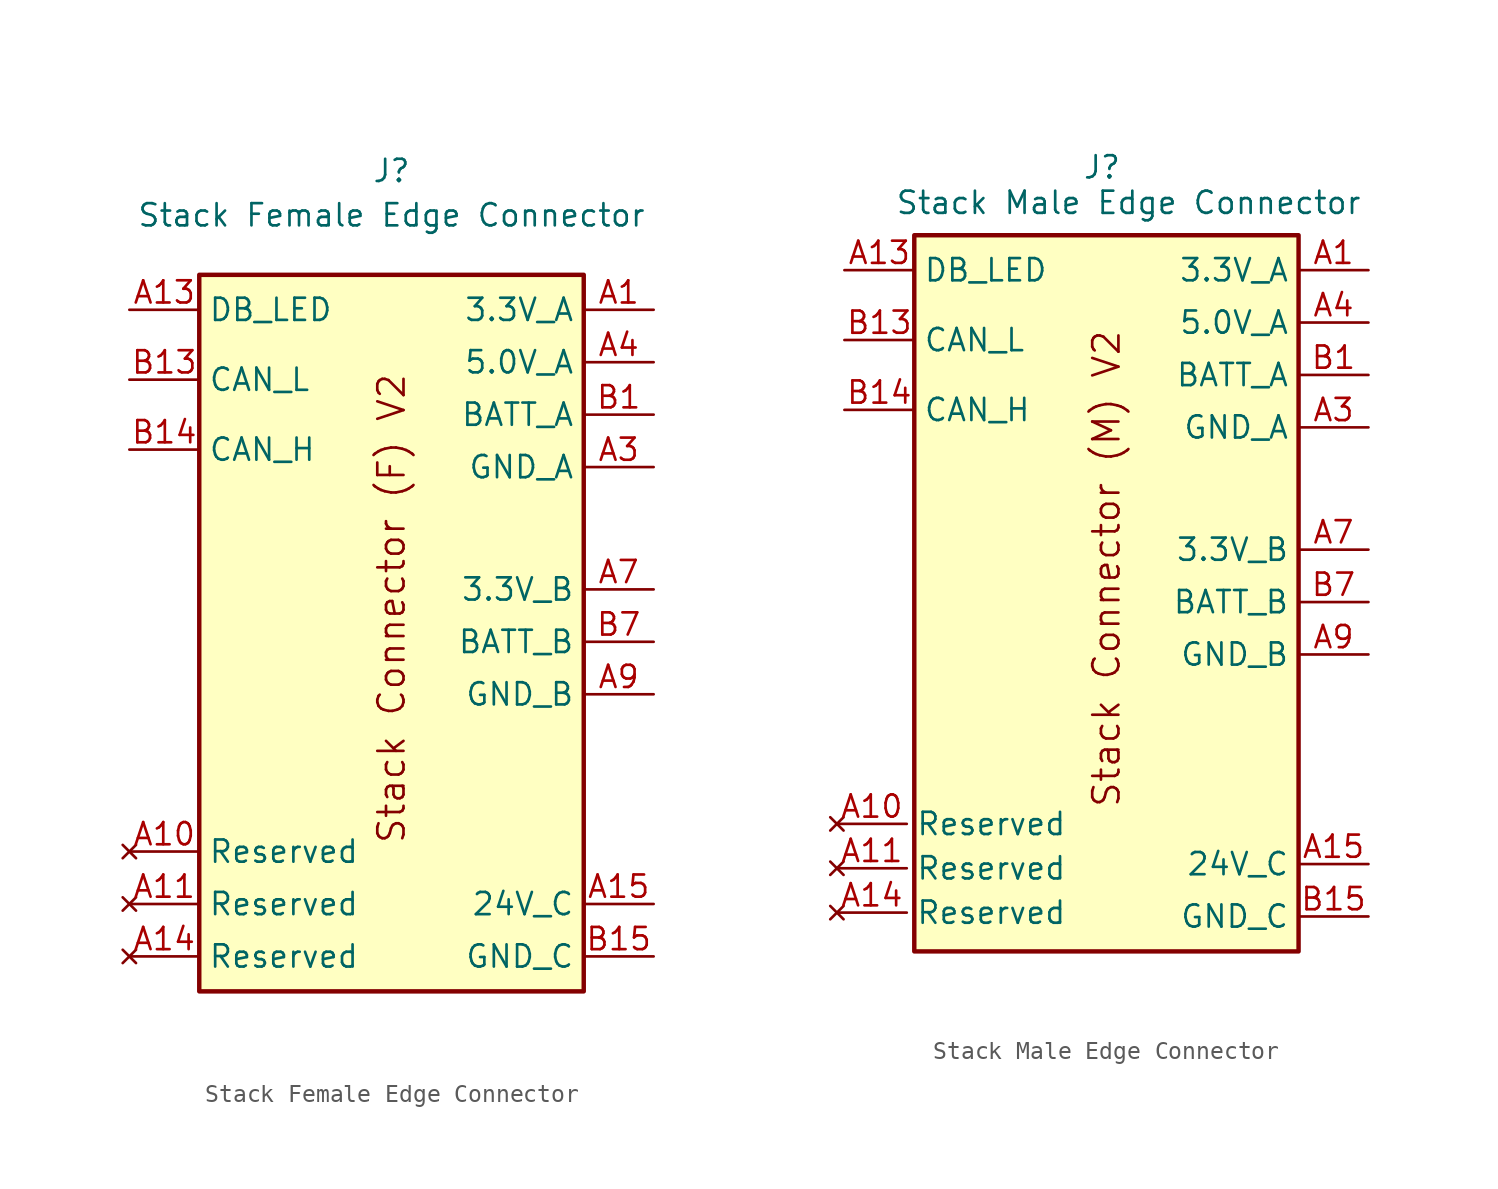
<source format=kicad_sym>
(kicad_symbol_lib
  (version 20231120)
  (generator "kicad_symbol_editor")
  (generator_version "8.0")
  (symbol "Stack Female Edge Connector"
    (property "Reference" "J"
      (at 0 26.95 0)
      (effects (font (size 1.27 1.27))))
    (property "Value" "Stack Female Edge Connector"
      (at 0 24.41 0)
      (effects (font (size 1.27 1.27))))
    (symbol "Stack Female Edge Connector_0_1"
      (rectangle (start -11 21) (end 11 -20) (stroke (width 0.254) (type default)) (fill (type background))))
    (symbol "Stack Female Edge Connector_1_1"
      (text "Stack Connector (F) V2" (at 0 1.905 900) (effects (font (size 1.5 1.5))))
      (pin power_in line (at 15 19 180) (length 4) (name "3.3V_A" (effects (font (size 1.27 1.27)))) (number "A1" (effects (font (size 1.27 1.27)))))
      (pin no_connect line (at -15 -12 0) (length 4) (name "Reserved" (effects (font (size 1.27 1.27)))) (number "A10" (effects (font (size 1.27 1.27)))))
      (pin no_connect line (at -15 -15 0) (length 4) (name "Reserved" (effects (font (size 1.27 1.27)))) (number "A11" (effects (font (size 1.27 1.27)))))
      (pin passive line (at 15 -3 180) (length 4) hide (name "GND_B" (effects (font (size 1.27 1.27)))) (number "A12" (effects (font (size 1.27 1.27)))))
      (pin output line (at -15 19 0) (length 4) (name "DB_LED" (effects (font (size 1.27 1.27)))) (number "A13" (effects (font (size 1.27 1.27)))))
      (pin no_connect line (at -15 -18 0) (length 4) (name "Reserved" (effects (font (size 1.27 1.27)))) (number "A14" (effects (font (size 1.27 1.27)))))
      (pin power_in line (at 15 -15 180) (length 4) (name "24V_C" (effects (font (size 1.27 1.27)))) (number "A15" (effects (font (size 1.27 1.27)))))
      (pin passive line (at 15 -15 180) (length 4) hide (name "24V_C" (effects (font (size 1.27 1.27)))) (number "A16" (effects (font (size 1.27 1.27)))))
      (pin passive line (at 15 -15 180) (length 4) hide (name "24V_C" (effects (font (size 1.27 1.27)))) (number "A17" (effects (font (size 1.27 1.27)))))
      (pin passive line (at 15 -15 180) (length 4) hide (name "24V_C" (effects (font (size 1.27 1.27)))) (number "A18" (effects (font (size 1.27 1.27)))))
      (pin passive line (at 15 19 180) (length 4) hide (name "3.3V_A" (effects (font (size 1.27 1.27)))) (number "A2" (effects (font (size 1.27 1.27)))))
      (pin power_out line (at 15 10 180) (length 4) (name "GND_A" (effects (font (size 1.27 1.27)))) (number "A3" (effects (font (size 1.27 1.27)))))
      (pin power_in line (at 15 16 180) (length 4) (name "5.0V_A" (effects (font (size 1.27 1.27)))) (number "A4" (effects (font (size 1.27 1.27)))))
      (pin power_in line (at 15 16 180) (length 4) hide (name "5.0V_A" (effects (font (size 1.27 1.27)))) (number "A5" (effects (font (size 1.27 1.27)))))
      (pin passive line (at 15 10 180) (length 4) hide (name "GND_A" (effects (font (size 1.27 1.27)))) (number "A6" (effects (font (size 1.27 1.27)))))
      (pin power_in line (at 15 3 180) (length 4) (name "3.3V_B" (effects (font (size 1.27 1.27)))) (number "A7" (effects (font (size 1.27 1.27)))))
      (pin passive line (at 15 3 180) (length 4) hide (name "3.3V_B" (effects (font (size 1.27 1.27)))) (number "A8" (effects (font (size 1.27 1.27)))))
      (pin power_out line (at 15 -3 180) (length 4) (name "GND_B" (effects (font (size 1.27 1.27)))) (number "A9" (effects (font (size 1.27 1.27)))))
      (pin power_in line (at 15 13 180) (length 4) (name "BATT_A" (effects (font (size 1.27 1.27)))) (number "B1" (effects (font (size 1.27 1.27)))))
      (pin passive line (at 15 -3 180) (length 4) hide (name "GND_B" (effects (font (size 1.27 1.27)))) (number "B10" (effects (font (size 1.27 1.27)))))
      (pin passive line (at 15 -3 180) (length 4) hide (name "GND_B" (effects (font (size 1.27 1.27)))) (number "B11" (effects (font (size 1.27 1.27)))))
      (pin passive line (at 15 -3 180) (length 4) hide (name "GND_B" (effects (font (size 1.27 1.27)))) (number "B12" (effects (font (size 1.27 1.27)))))
      (pin bidirectional line (at -15 15 0) (length 4) (name "CAN_L" (effects (font (size 1.27 1.27)))) (number "B13" (effects (font (size 1.27 1.27)))))
      (pin bidirectional line (at -15 11 0) (length 4) (name "CAN_H" (effects (font (size 1.27 1.27)))) (number "B14" (effects (font (size 1.27 1.27)))))
      (pin power_out line (at 15 -18 180) (length 4) (name "GND_C" (effects (font (size 1.27 1.27)))) (number "B15" (effects (font (size 1.27 1.27)))))
      (pin passive line (at 15 -18 180) (length 4) hide (name "GND_C" (effects (font (size 1.27 1.27)))) (number "B16" (effects (font (size 1.27 1.27)))))
      (pin passive line (at 15 -18 180) (length 4) hide (name "GND_C" (effects (font (size 1.27 1.27)))) (number "B17" (effects (font (size 1.27 1.27)))))
      (pin passive line (at 15 -18 180) (length 4) hide (name "GND_C" (effects (font (size 1.27 1.27)))) (number "B18" (effects (font (size 1.27 1.27)))))
      (pin passive line (at 15 13 180) (length 4) hide (name "BATT_A" (effects (font (size 1.27 1.27)))) (number "B2" (effects (font (size 1.27 1.27)))))
      (pin passive line (at 15 13 180) (length 4) hide (name "BATT_A" (effects (font (size 1.27 1.27)))) (number "B3" (effects (font (size 1.27 1.27)))))
      (pin passive line (at 15 10 180) (length 4) hide (name "GND_A" (effects (font (size 1.27 1.27)))) (number "B4" (effects (font (size 1.27 1.27)))))
      (pin passive line (at 15 10 180) (length 4) hide (name "GND_A" (effects (font (size 1.27 1.27)))) (number "B5" (effects (font (size 1.27 1.27)))))
      (pin passive line (at 15 10 180) (length 4) hide (name "GND_A" (effects (font (size 1.27 1.27)))) (number "B6" (effects (font (size 1.27 1.27)))))
      (pin power_in line (at 15 0 180) (length 4) (name "BATT_B" (effects (font (size 1.27 1.27)))) (number "B7" (effects (font (size 1.27 1.27)))))
      (pin passive line (at 15 0 180) (length 4) hide (name "BATT_B" (effects (font (size 1.27 1.27)))) (number "B8" (effects (font (size 1.27 1.27)))))
      (pin passive line (at 15 0 180) (length 4) hide (name "BATT_B" (effects (font (size 1.27 1.27)))) (number "B9" (effects (font (size 1.27 1.27)))))))
  (symbol "Stack Male Edge Connector"
    (property "Reference" "J"
      (at -0.254 24.892 0)
      (effects (font (size 1.27 1.27))))
    (property "Value" "Stack Male Edge Connector"
      (at 1.27 22.86 0)
      (effects (font (size 1.27 1.27))))
    (symbol "Stack Male Edge Connector_0_1"
      (rectangle (start -11 21) (end 11 -20) (stroke (width 0.254) (type default)) (fill (type background))))
    (symbol "Stack Male Edge Connector_1_1"
      (text "Stack Connector (M) V2" (at 0 1.905 900) (effects (font (size 1.5 1.5))))
      (pin power_out line (at 15 19 180) (length 4) (name "3.3V_A" (effects (font (size 1.27 1.27)))) (number "A1" (effects (font (size 1.27 1.27)))))
      (pin no_connect line (at -15.43 -12.7 0) (length 4) (name "Reserved" (effects (font (size 1.27 1.27)))) (number "A10" (effects (font (size 1.27 1.27)))))
      (pin no_connect line (at -15.43 -15.24 0) (length 4) (name "Reserved" (effects (font (size 1.27 1.27)))) (number "A11" (effects (font (size 1.27 1.27)))))
      (pin passive line (at 15 -3 180) (length 4) hide (name "GND_B" (effects (font (size 1.27 1.27)))) (number "A12" (effects (font (size 1.27 1.27)))))
      (pin input line (at -15 19 0) (length 4) (name "DB_LED" (effects (font (size 1.27 1.27)))) (number "A13" (effects (font (size 1.27 1.27)))))
      (pin no_connect line (at -15.43 -17.78 0) (length 4) (name "Reserved" (effects (font (size 1.27 1.27)))) (number "A14" (effects (font (size 1.27 1.27)))))
      (pin power_out line (at 15 -15 180) (length 4) (name "24V_C" (effects (font (size 1.27 1.27)))) (number "A15" (effects (font (size 1.27 1.27)))))
      (pin passive line (at 15 -15 180) (length 4) hide (name "24V_C" (effects (font (size 1.27 1.27)))) (number "A16" (effects (font (size 1.27 1.27)))))
      (pin passive line (at 15 -15 180) (length 4) hide (name "24V_C" (effects (font (size 1.27 1.27)))) (number "A17" (effects (font (size 1.27 1.27)))))
      (pin passive line (at 15 -15 180) (length 4) hide (name "24V_C" (effects (font (size 1.27 1.27)))) (number "A18" (effects (font (size 1.27 1.27)))))
      (pin passive line (at 15 19 180) (length 4) hide (name "3.3V_A" (effects (font (size 1.27 1.27)))) (number "A2" (effects (font (size 1.27 1.27)))))
      (pin power_in line (at 15 10 180) (length 4) (name "GND_A" (effects (font (size 1.27 1.27)))) (number "A3" (effects (font (size 1.27 1.27)))))
      (pin power_out line (at 15 16 180) (length 4) (name "5.0V_A" (effects (font (size 1.27 1.27)))) (number "A4" (effects (font (size 1.27 1.27)))))
      (pin power_in line (at 15 16 180) (length 4) hide (name "5.0V_A" (effects (font (size 1.27 1.27)))) (number "A5" (effects (font (size 1.27 1.27)))))
      (pin passive line (at 15 10 180) (length 4) hide (name "GND_A" (effects (font (size 1.27 1.27)))) (number "A6" (effects (font (size 1.27 1.27)))))
      (pin power_out line (at 15 3 180) (length 4) (name "3.3V_B" (effects (font (size 1.27 1.27)))) (number "A7" (effects (font (size 1.27 1.27)))))
      (pin passive line (at 15 3 180) (length 4) hide (name "3.3V_B" (effects (font (size 1.27 1.27)))) (number "A8" (effects (font (size 1.27 1.27)))))
      (pin power_in line (at 15 -3 180) (length 4) (name "GND_B" (effects (font (size 1.27 1.27)))) (number "A9" (effects (font (size 1.27 1.27)))))
      (pin power_out line (at 15 13 180) (length 4) (name "BATT_A" (effects (font (size 1.27 1.27)))) (number "B1" (effects (font (size 1.27 1.27)))))
      (pin passive line (at 15 -3 180) (length 4) hide (name "GND_B" (effects (font (size 1.27 1.27)))) (number "B10" (effects (font (size 1.27 1.27)))))
      (pin passive line (at 15 -3 180) (length 4) hide (name "GND_B" (effects (font (size 1.27 1.27)))) (number "B11" (effects (font (size 1.27 1.27)))))
      (pin passive line (at 15 -3 180) (length 4) hide (name "GND_B" (effects (font (size 1.27 1.27)))) (number "B12" (effects (font (size 1.27 1.27)))))
      (pin bidirectional line (at -15 15 0) (length 4) (name "CAN_L" (effects (font (size 1.27 1.27)))) (number "B13" (effects (font (size 1.27 1.27)))))
      (pin bidirectional line (at -15 11 0) (length 4) (name "CAN_H" (effects (font (size 1.27 1.27)))) (number "B14" (effects (font (size 1.27 1.27)))))
      (pin power_in line (at 15 -18 180) (length 4) (name "GND_C" (effects (font (size 1.27 1.27)))) (number "B15" (effects (font (size 1.27 1.27)))))
      (pin passive line (at 15 -18 180) (length 4) hide (name "GND_C" (effects (font (size 1.27 1.27)))) (number "B16" (effects (font (size 1.27 1.27)))))
      (pin passive line (at 15 -18 180) (length 4) hide (name "GND_C" (effects (font (size 1.27 1.27)))) (number "B17" (effects (font (size 1.27 1.27)))))
      (pin passive line (at 15 -18 180) (length 4) hide (name "GND_C" (effects (font (size 1.27 1.27)))) (number "B18" (effects (font (size 1.27 1.27)))))
      (pin passive line (at 15 13 180) (length 4) hide (name "BATT_A" (effects (font (size 1.27 1.27)))) (number "B2" (effects (font (size 1.27 1.27)))))
      (pin passive line (at 15 13 180) (length 4) hide (name "BATT_A" (effects (font (size 1.27 1.27)))) (number "B3" (effects (font (size 1.27 1.27)))))
      (pin passive line (at 15 10 180) (length 4) hide (name "GND_A" (effects (font (size 1.27 1.27)))) (number "B4" (effects (font (size 1.27 1.27)))))
      (pin passive line (at 15 10 180) (length 4) hide (name "GND_A" (effects (font (size 1.27 1.27)))) (number "B5" (effects (font (size 1.27 1.27)))))
      (pin passive line (at 15 10 180) (length 4) hide (name "GND_A" (effects (font (size 1.27 1.27)))) (number "B6" (effects (font (size 1.27 1.27)))))
      (pin power_out line (at 15 0 180) (length 4) (name "BATT_B" (effects (font (size 1.27 1.27)))) (number "B7" (effects (font (size 1.27 1.27)))))
      (pin passive line (at 15 0 180) (length 4) hide (name "BATT_B" (effects (font (size 1.27 1.27)))) (number "B8" (effects (font (size 1.27 1.27)))))
      (pin passive line (at 15 0 180) (length 4) hide (name "BATT_B" (effects (font (size 1.27 1.27)))) (number "B9" (effects (font (size 1.27 1.27))))))))
</source>
